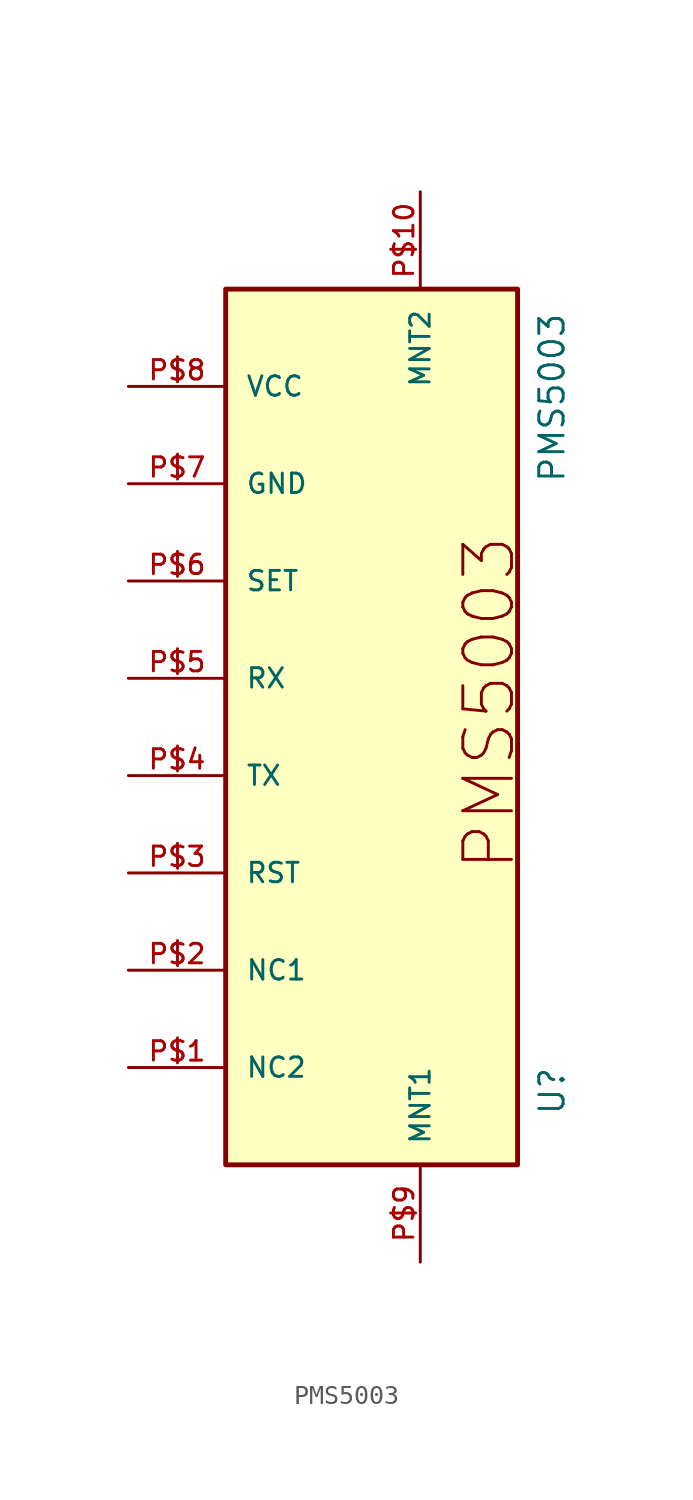
<source format=kicad_sym>
(kicad_symbol_lib
  (version 20211014)
  (generator kicad_symbol_editor)
  (symbol "PMS5003"
    (pin_names
      (offset 1.016))
    (property "Reference" "U"
      (at 15.24 -22.86 90.0)
      (effects (font (size 1.27 1.27)) (justify bottom left)))
    (property "Value" "PMS5003"
      (at 15.24 10.16 90.0)
      (effects (font (size 1.27 1.27)) (justify bottom left)))
    (symbol "PMS5003_0_0"
      (text "PMS5003" (at 12.7 -10.16 900) (effects (font (size 2.54 2.54)) (justify bottom left)))
      (rectangle (start -2.54 -25.4) (end 12.7 20.32) (stroke (width 0.254)) (fill (type background)))
      (pin bidirectional line (at -7.62 -20.32 0) (length 5.08) (name "NC2" (effects (font (size 1.016 1.016)))) (number "P$1" (effects (font (size 1.016 1.016)))))
      (pin bidirectional line (at -7.62 -15.24 0) (length 5.08) (name "NC1" (effects (font (size 1.016 1.016)))) (number "P$2" (effects (font (size 1.016 1.016)))))
      (pin bidirectional line (at -7.62 -10.16 0) (length 5.08) (name "RST" (effects (font (size 1.016 1.016)))) (number "P$3" (effects (font (size 1.016 1.016)))))
      (pin bidirectional line (at -7.62 -5.08 0) (length 5.08) (name "TX" (effects (font (size 1.016 1.016)))) (number "P$4" (effects (font (size 1.016 1.016)))))
      (pin bidirectional line (at -7.62 0.0 0) (length 5.08) (name "RX" (effects (font (size 1.016 1.016)))) (number "P$5" (effects (font (size 1.016 1.016)))))
      (pin bidirectional line (at -7.62 5.08 0) (length 5.08) (name "SET" (effects (font (size 1.016 1.016)))) (number "P$6" (effects (font (size 1.016 1.016)))))
      (pin bidirectional line (at -7.62 10.16 0) (length 5.08) (name "GND" (effects (font (size 1.016 1.016)))) (number "P$7" (effects (font (size 1.016 1.016)))))
      (pin bidirectional line (at -7.62 15.24 0) (length 5.08) (name "VCC" (effects (font (size 1.016 1.016)))) (number "P$8" (effects (font (size 1.016 1.016)))))
      (pin bidirectional line (at 7.62 25.4 270.0) (length 5.08) (name "MNT2" (effects (font (size 1.016 1.016)))) (number "P$10" (effects (font (size 1.016 1.016)))))
      (pin bidirectional line (at 7.62 -30.48 90.0) (length 5.08) (name "MNT1" (effects (font (size 1.016 1.016)))) (number "P$9" (effects (font (size 1.016 1.016))))))))
</source>
